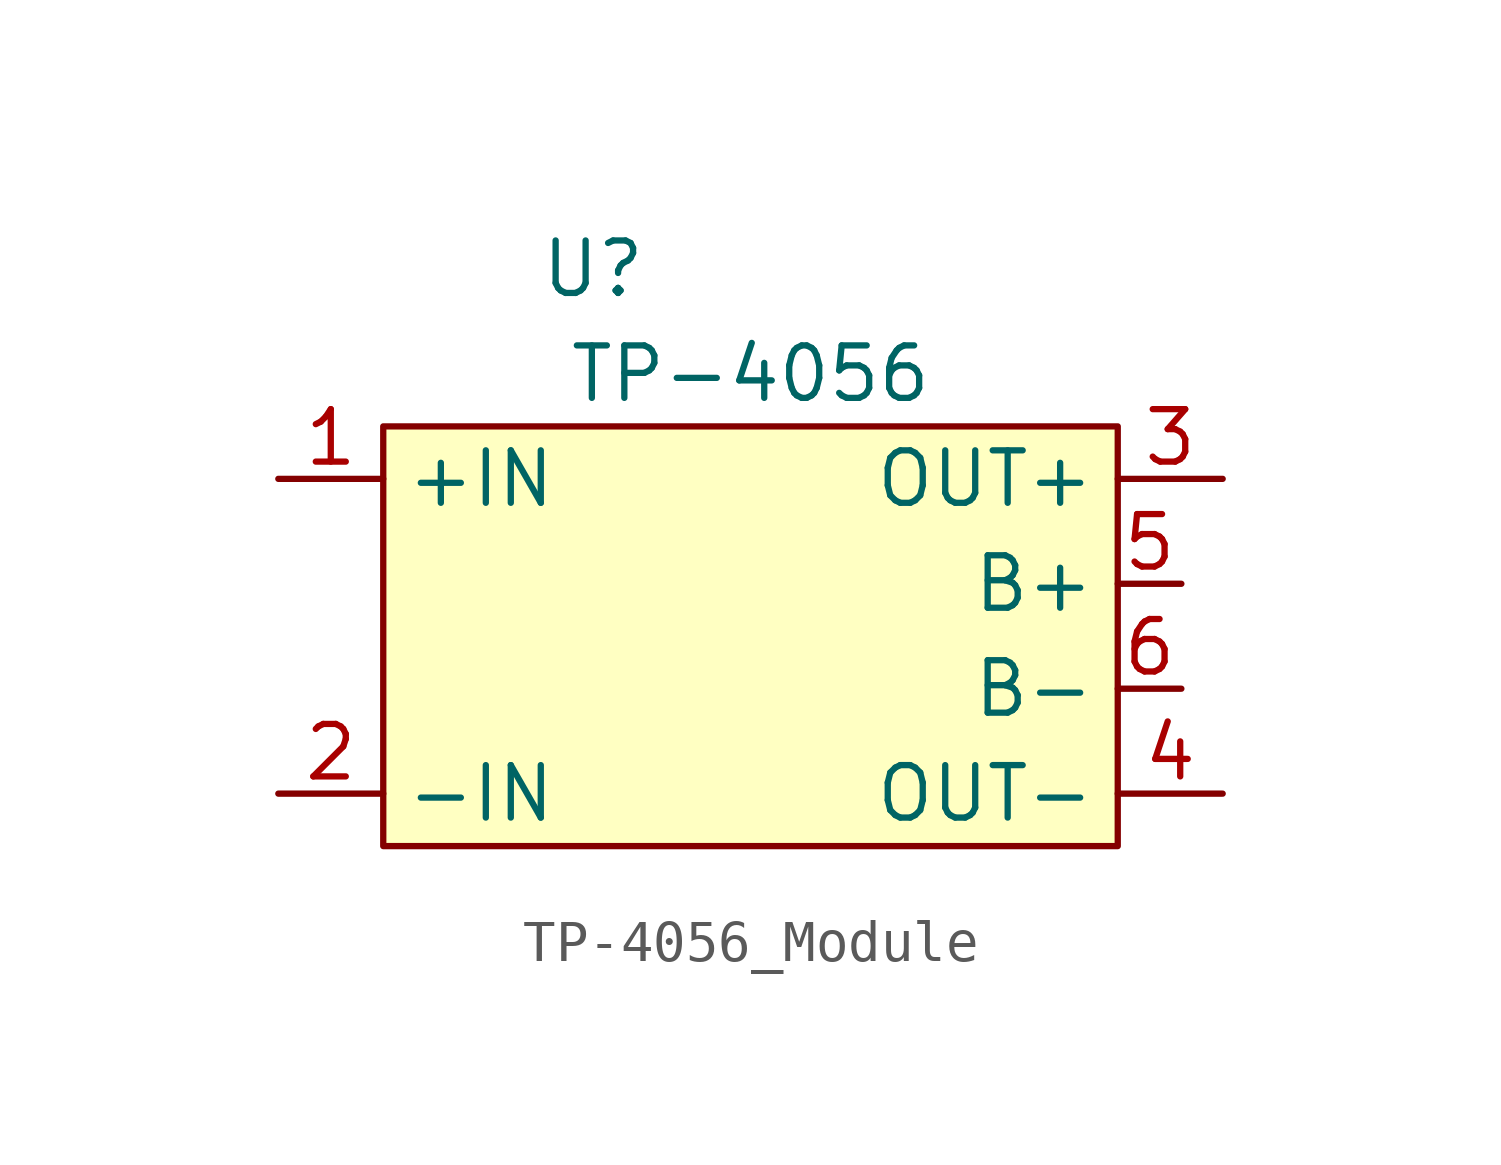
<source format=kicad_sym>
(kicad_symbol_lib
  (version 20220914)
  (generator kicad_symbol_editor)
  (symbol "TP-4056_Module"
    (property "Reference" "U"
      (at -3.81 7.62 0)
      (effects (font (size 1.27 1.27))))
    (property "Value" "TP-4056"
      (at 0 5.08 0)
      (effects (font (size 1.27 1.27))))
    (symbol "TP-4056_Module_0_0"
      (pin power_in line (at -11.43 2.54 0) (length 2.54) (name "+IN" (effects (font (size 1.27 1.27)))) (number "1" (effects (font (size 1.27 1.27)))))
      (pin power_in line (at -11.43 -5.08 0) (length 2.54) (name "-IN" (effects (font (size 1.27 1.27)))) (number "2" (effects (font (size 1.27 1.27)))))
      (pin power_out line (at 11.43 2.54 180) (length 2.54) (name "OUT+" (effects (font (size 1.27 1.27)))) (number "3" (effects (font (size 1.27 1.27)))))
      (pin power_out line (at 11.43 -5.08 180) (length 2.54) (name "OUT-" (effects (font (size 1.27 1.27)))) (number "4" (effects (font (size 1.27 1.27))))))
    (symbol "TP-4056_Module_1_0"
      (pin input line (at 10.43 0 180) (length 1.54) (name "B+" (effects (font (size 1.27 1.27)))) (number "5" (effects (font (size 1.27 1.27)))))
      (pin input line (at 10.43 -2.54 180) (length 1.54) (name "B-" (effects (font (size 1.27 1.27)))) (number "6" (effects (font (size 1.27 1.27))))))
    (symbol "TP-4056_Module_1_1"
      (rectangle (start -8.89 3.81) (end 8.89 -6.35) (stroke (width 0) (type default)) (fill (type background))))))
</source>
